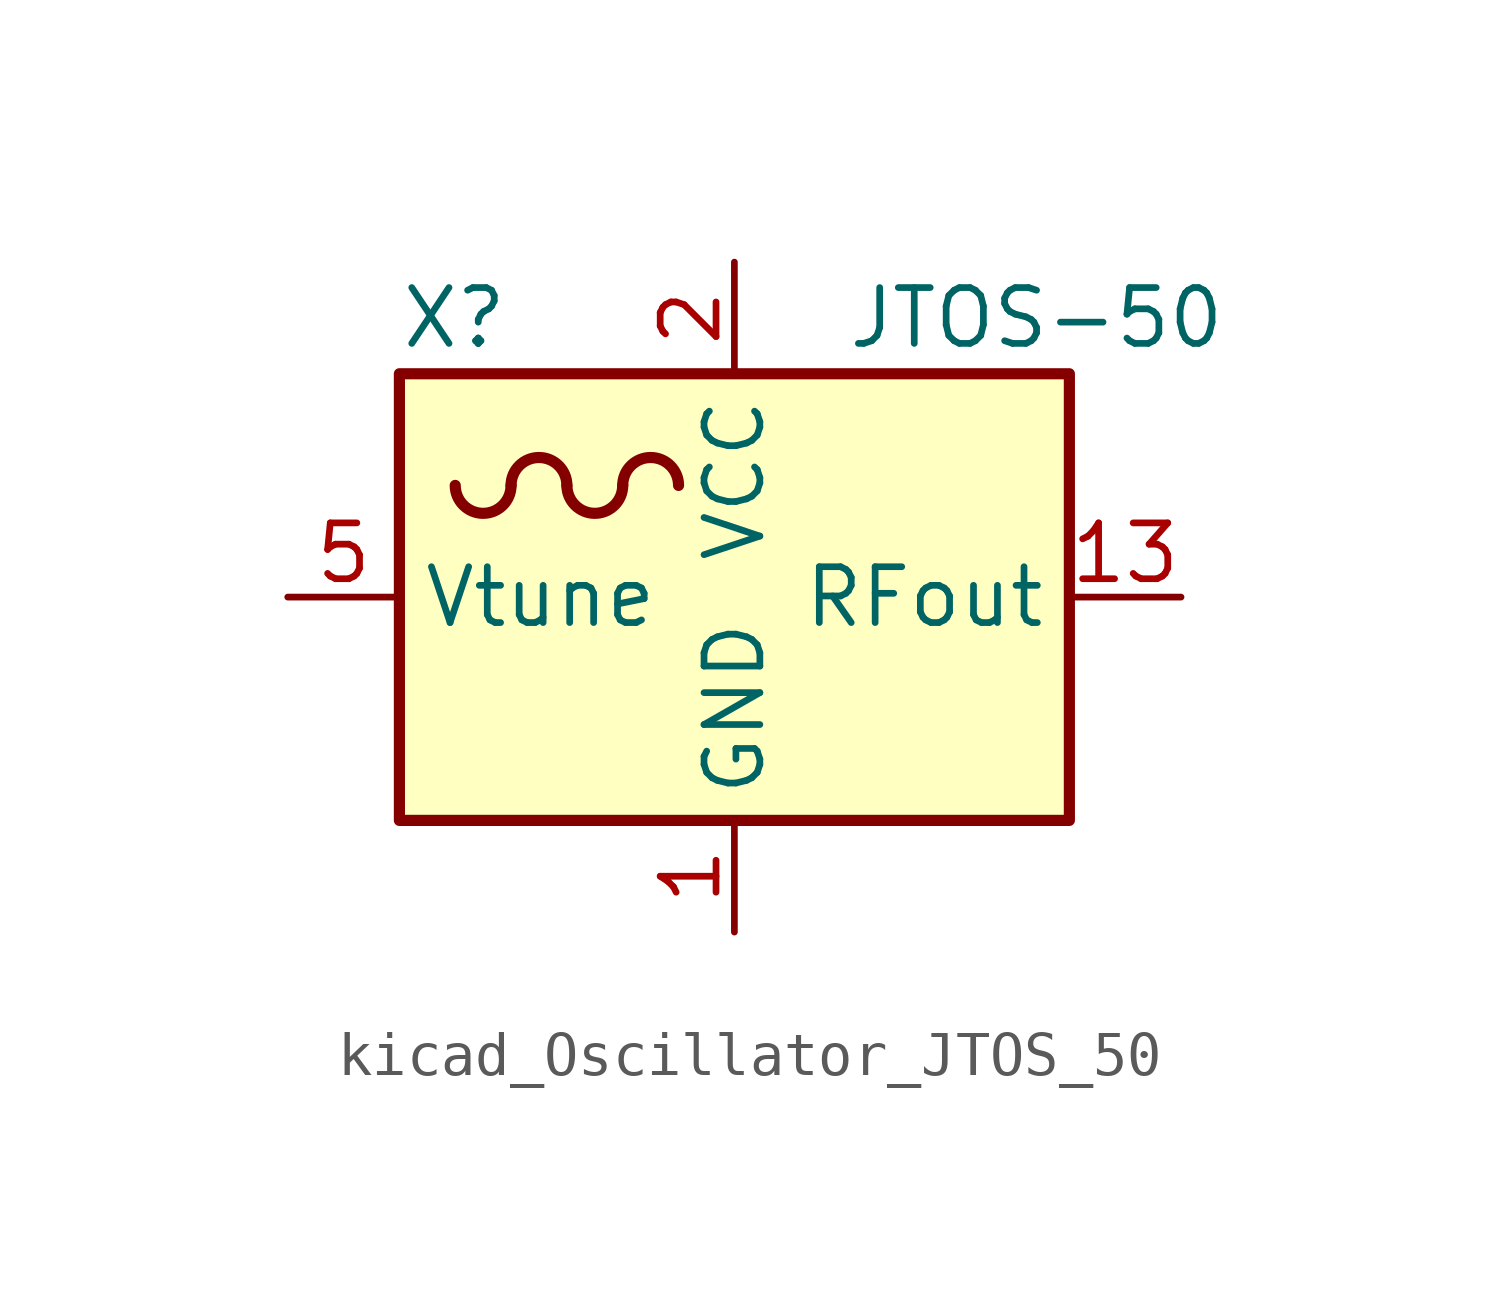
<source format=kicad_sym>
(kicad_symbol_lib
  (version 20220914)
  (generator kicad_symbol_editor)
  (symbol "kicad_Oscillator_JTOS_50"
    (property "Reference" "X"
      (at -7.62 6.35 0)
      (effects (font (size 1.27 1.27)) (justify left)))
    (property "Value" "JTOS-50"
      (at 2.54 6.35 0)
      (effects (font (size 1.27 1.27)) (justify left)))
    (symbol "kicad_Oscillator_JTOS_50_0_1"
      (rectangle (start -7.62 5.08) (end 7.62 -5.08) (stroke (width 0.254) (type default)) (fill (type background)))
      (arc (start -6.35 2.54) (mid -5.715 1.9077) (end -5.08 2.54) (stroke (width 0.254) (type default)) (fill (type none)))
      (arc (start -3.81 2.54) (mid -4.445 3.1723) (end -5.08 2.54) (stroke (width 0.254) (type default)) (fill (type none)))
      (arc (start -3.81 2.54) (mid -3.175 1.9077) (end -2.54 2.54) (stroke (width 0.254) (type default)) (fill (type none)))
      (arc (start -1.27 2.54) (mid -1.905 3.1723) (end -2.54 2.54) (stroke (width 0.254) (type default)) (fill (type none))))
    (symbol "kicad_Oscillator_JTOS_50_1_1"
      (pin power_in line (at 0 -7.62 90) (length 2.54) (name "GND" (effects (font (size 1.27 1.27)))) (number "1" (effects (font (size 1.27 1.27)))))
      (pin passive line (at 0 -7.62 90) (length 2.54) hide (name "GND" (effects (font (size 1.27 1.27)))) (number "10" (effects (font (size 1.27 1.27)))))
      (pin passive line (at 0 -7.62 90) (length 2.54) hide (name "GND" (effects (font (size 1.27 1.27)))) (number "11" (effects (font (size 1.27 1.27)))))
      (pin passive line (at 0 -7.62 90) (length 2.54) hide (name "GND" (effects (font (size 1.27 1.27)))) (number "12" (effects (font (size 1.27 1.27)))))
      (pin output line (at 10.16 0 180) (length 2.54) (name "RFout" (effects (font (size 1.27 1.27)))) (number "13" (effects (font (size 1.27 1.27)))))
      (pin passive line (at 0 -7.62 90) (length 2.54) hide (name "GND" (effects (font (size 1.27 1.27)))) (number "14" (effects (font (size 1.27 1.27)))))
      (pin power_in line (at 0 7.62 270) (length 2.54) (name "VCC" (effects (font (size 1.27 1.27)))) (number "2" (effects (font (size 1.27 1.27)))))
      (pin passive line (at 0 -7.62 90) (length 2.54) hide (name "GND" (effects (font (size 1.27 1.27)))) (number "3" (effects (font (size 1.27 1.27)))))
      (pin passive line (at 0 -7.62 90) (length 2.54) hide (name "GND" (effects (font (size 1.27 1.27)))) (number "4" (effects (font (size 1.27 1.27)))))
      (pin input line (at -10.16 0 0) (length 2.54) (name "Vtune" (effects (font (size 1.27 1.27)))) (number "5" (effects (font (size 1.27 1.27)))))
      (pin passive line (at 0 -7.62 90) (length 2.54) hide (name "GND" (effects (font (size 1.27 1.27)))) (number "6" (effects (font (size 1.27 1.27)))))
      (pin passive line (at 0 -7.62 90) (length 2.54) hide (name "GND" (effects (font (size 1.27 1.27)))) (number "7" (effects (font (size 1.27 1.27)))))
      (pin passive line (at 0 -7.62 90) (length 2.54) hide (name "GND" (effects (font (size 1.27 1.27)))) (number "8" (effects (font (size 1.27 1.27)))))
      (pin passive line (at 0 -7.62 90) (length 2.54) hide (name "GND" (effects (font (size 1.27 1.27)))) (number "9" (effects (font (size 1.27 1.27))))))))
</source>
